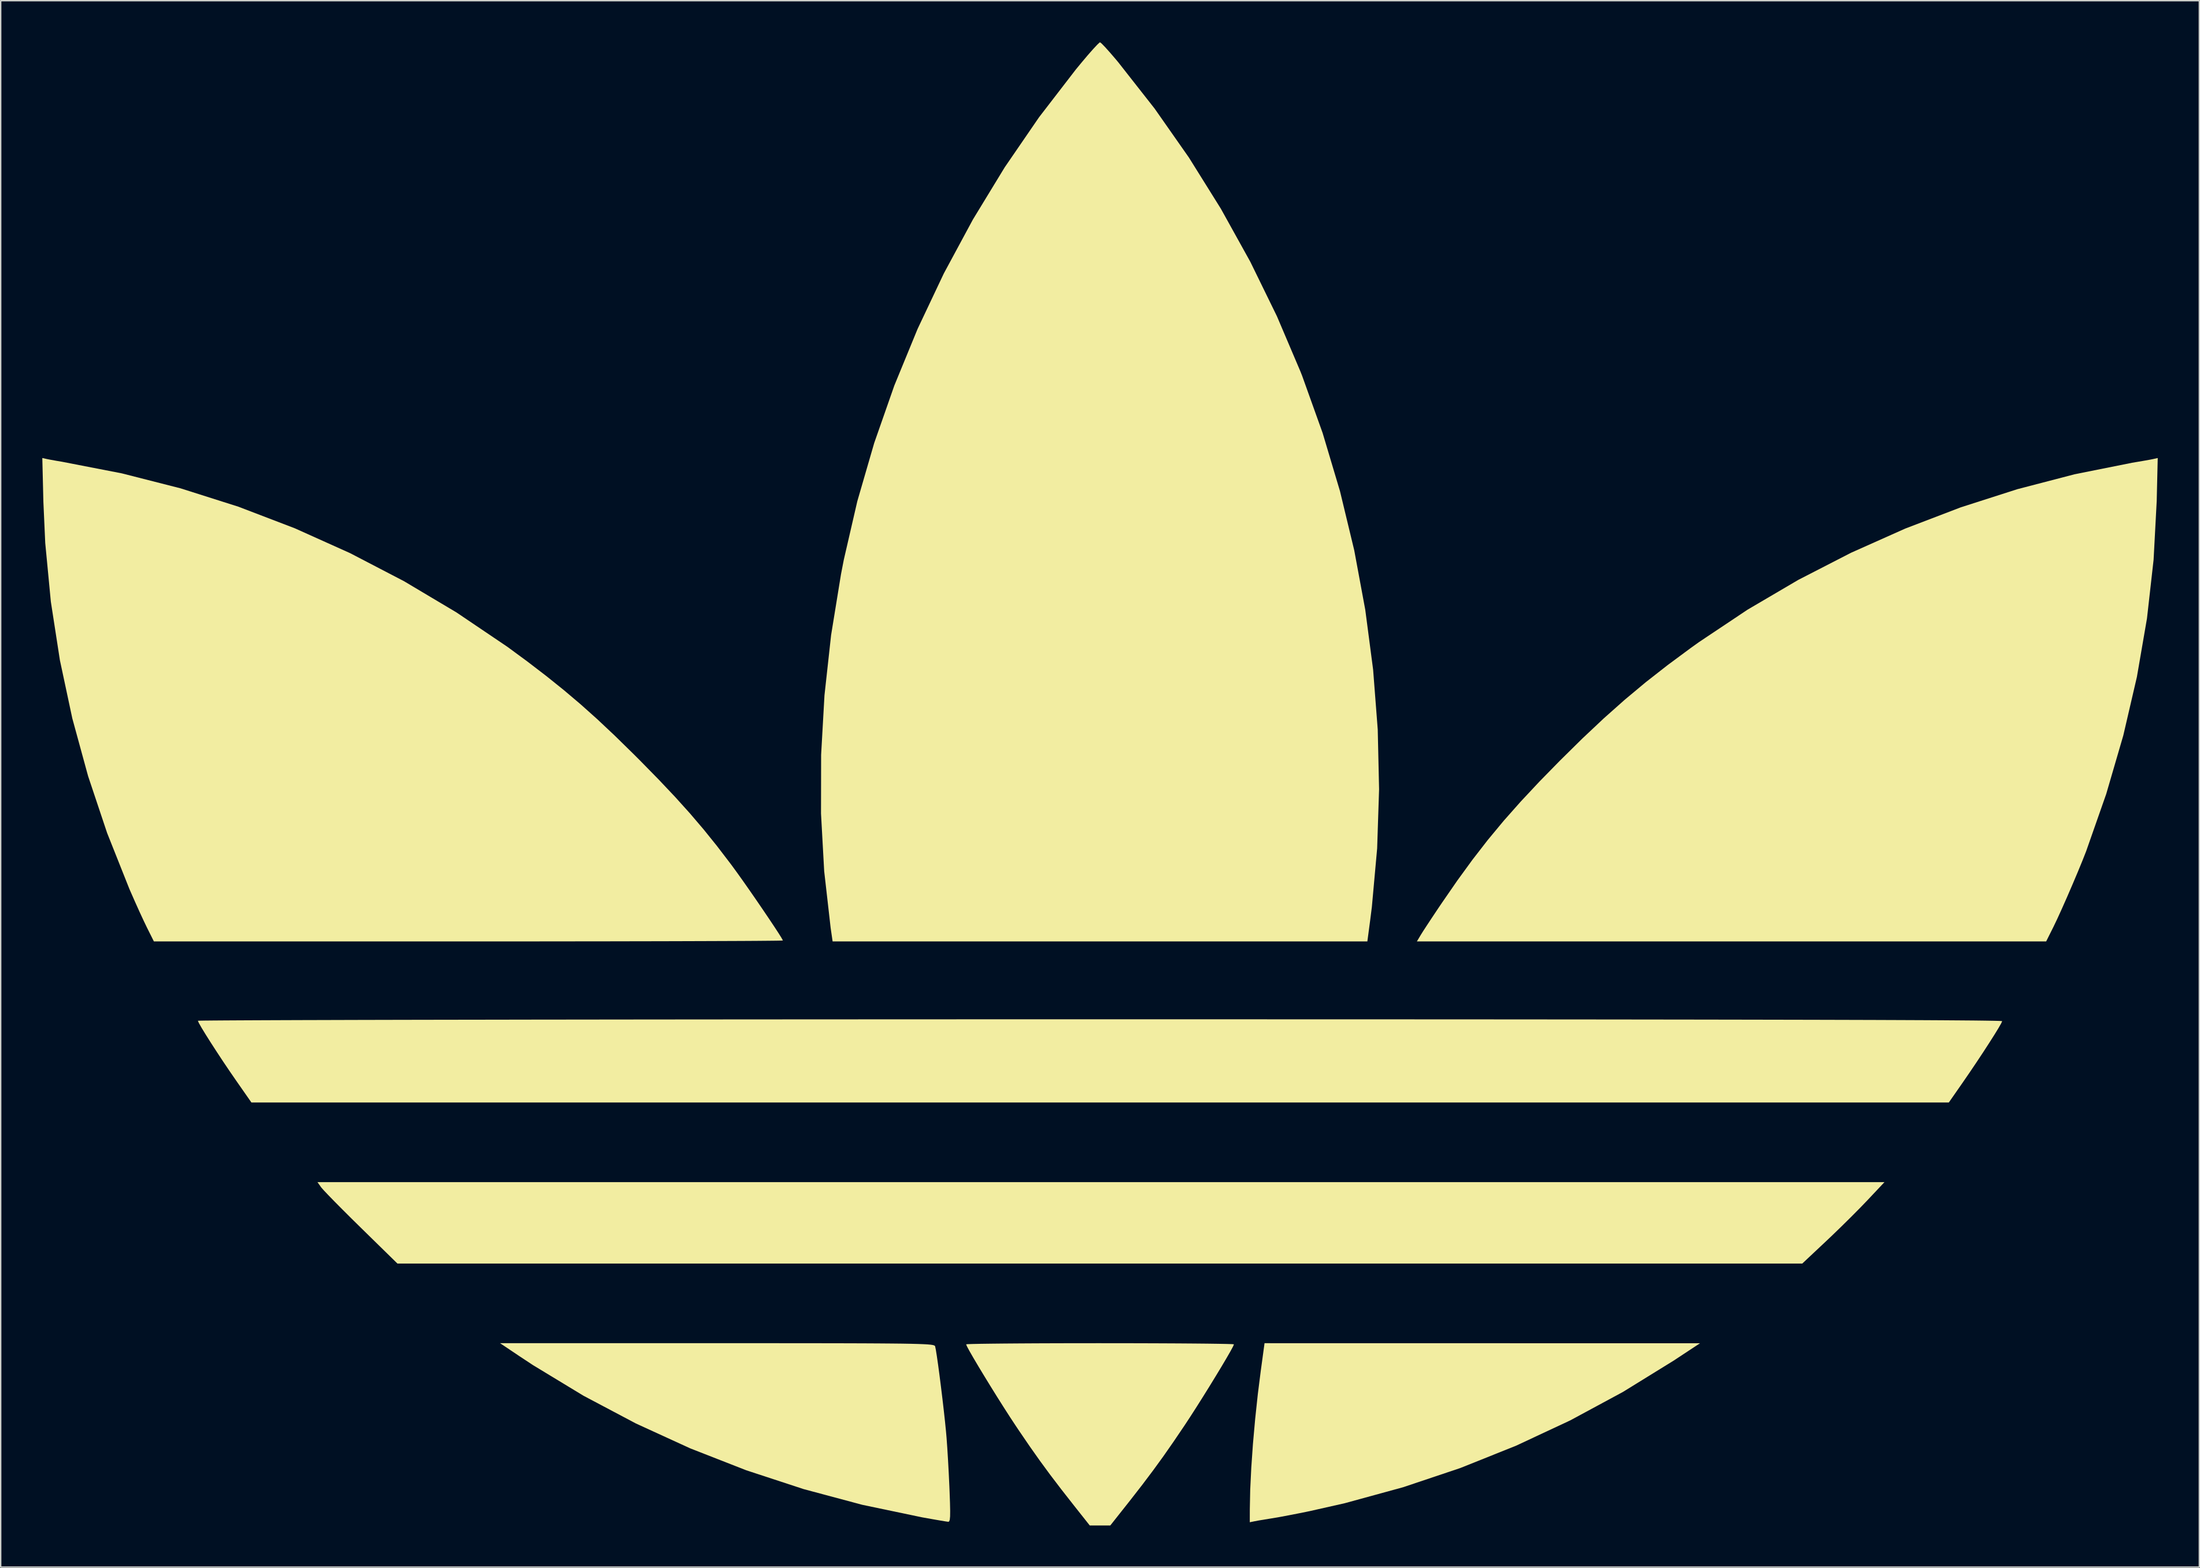
<source format=kicad_pcb>
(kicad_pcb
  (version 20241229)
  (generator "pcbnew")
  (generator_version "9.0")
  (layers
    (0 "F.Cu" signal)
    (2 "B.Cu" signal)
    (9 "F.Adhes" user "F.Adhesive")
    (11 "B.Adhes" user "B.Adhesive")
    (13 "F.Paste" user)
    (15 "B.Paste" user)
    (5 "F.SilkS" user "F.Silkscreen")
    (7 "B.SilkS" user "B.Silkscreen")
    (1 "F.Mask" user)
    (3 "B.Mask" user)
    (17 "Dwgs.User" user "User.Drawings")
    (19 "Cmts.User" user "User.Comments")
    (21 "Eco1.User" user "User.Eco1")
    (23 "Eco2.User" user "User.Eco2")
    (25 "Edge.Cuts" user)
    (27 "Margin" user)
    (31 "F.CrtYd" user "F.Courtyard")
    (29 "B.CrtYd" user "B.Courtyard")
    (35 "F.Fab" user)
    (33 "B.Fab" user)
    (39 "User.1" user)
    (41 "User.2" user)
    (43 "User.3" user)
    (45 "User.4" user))
  (footprint "Adidas_Logo_2"
    (layer "F.Cu")
    (at 76.238 53.48)
    (property "Reference" "Adidas_Logo_2" (at 0 0 0) (layer "F.SilkS") (effects (font (size 1.524 1.524) (thickness 0.3))))
    (attr board_only exclude_from_pos_files exclude_from_bom)
    (fp_poly (pts (xy 55.311 30.027) (xy 54.785 30.573) (xy 54.136 31.228) (xy 53.429 31.926) (xy 52.728 32.604) (xy 52.349 32.963) (xy 50.617 34.59) (xy -50.642 34.59) (xy -53.262 32.023) (xy -53.949 31.347) (xy -54.587 30.711) (xy -55.151 30.142) (xy -55.613 29.667) (xy -55.948 29.313) (xy -56.131 29.105) (xy -56.144 29.088) (xy -56.405 28.719) (xy 56.541 28.719)) (stroke (width 0) (type solid)) (fill yes) (layer "F.SilkS"))
    (fp_poly (pts (xy 43.243 40.339) (xy 41.339 41.595) (xy 37.688 43.85) (xy 33.898 45.897) (xy 29.982 47.729) (xy 25.957 49.34) (xy 21.837 50.723) (xy 17.637 51.874) (xy 15.108 52.445) (xy 14.365 52.596) (xy 13.627 52.74) (xy 12.968 52.864) (xy 12.465 52.951) (xy 12.377 52.965) (xy 11.875 53.046) (xy 11.427 53.121) (xy 11.144 53.174) (xy 10.795 53.245) (xy 10.797 52.31) (xy 10.825 50.909) (xy 10.902 49.318) (xy 11.022 47.596) (xy 11.182 45.802) (xy 11.375 43.995) (xy 11.584 42.344) (xy 11.858 40.334)) (stroke (width 0) (type solid)) (fill yes) (layer "F.SilkS"))
    (fp_poly (pts (xy 0.119 -53.387) (xy 0.367 -53.131) (xy 0.712 -52.747) (xy 1.123 -52.269) (xy 1.311 -52.044) (xy 3.934 -48.701) (xy 6.406 -45.17) (xy 8.71 -41.478) (xy 10.831 -37.654) (xy 12.75 -33.726) (xy 14.453 -29.722) (xy 14.571 -29.421) (xy 16.046 -25.302) (xy 17.297 -21.106) (xy 18.322 -16.851) (xy 19.118 -12.555) (xy 19.684 -8.238) (xy 20.017 -3.918) (xy 20.114 0.387) (xy 19.974 4.658) (xy 19.593 8.877) (xy 19.477 9.796) (xy 19.269 11.36) (xy -19.275 11.36) (xy -19.418 10.371) (xy -19.882 6.295) (xy -20.111 2.136) (xy -20.103 -2.095) (xy -19.861 -6.389) (xy -19.383 -10.734) (xy -18.67 -15.121) (xy -18.468 -16.163) (xy -17.494 -20.385) (xy -16.277 -24.581) (xy -14.825 -28.731) (xy -13.148 -32.815) (xy -11.258 -36.812) (xy -9.162 -40.701) (xy -6.871 -44.463) (xy -4.395 -48.075) (xy -1.744 -51.519) (xy -1.311 -52.044) (xy -0.882 -52.552) (xy -0.505 -52.98) (xy -0.211 -53.296) (xy -0.033 -53.463) (xy 0 -53.48)) (stroke (width 0) (type solid)) (fill yes) (layer "F.SilkS"))
    (fp_poly (pts (xy 76.164 -20.397) (xy 75.939 -16.164) (xy 75.463 -11.938) (xy 74.736 -7.716) (xy 73.756 -3.494) (xy 72.524 0.73) (xy 71.08 4.85) (xy 70.814 5.527) (xy 70.479 6.342) (xy 70.102 7.234) (xy 69.711 8.14) (xy 69.331 8.999) (xy 68.99 9.747) (xy 68.714 10.324) (xy 68.702 10.348) (xy 68.196 11.36) (xy 22.839 11.36) (xy 23.125 10.881) (xy 23.293 10.613) (xy 23.573 10.183) (xy 23.934 9.636) (xy 24.343 9.022) (xy 24.617 8.616) (xy 25.754 6.968) (xy 26.852 5.459) (xy 27.951 4.041) (xy 29.093 2.664) (xy 30.318 1.28) (xy 31.666 -0.161) (xy 33.139 -1.667) (xy 34.776 -3.282) (xy 36.318 -4.733) (xy 37.819 -6.067) (xy 39.332 -7.33) (xy 40.91 -8.565) (xy 42.605 -9.82) (xy 43.18 -10.231) (xy 46.678 -12.567) (xy 50.336 -14.715) (xy 54.131 -16.667) (xy 58.041 -18.413) (xy 62.044 -19.945) (xy 66.117 -21.252) (xy 70.238 -22.326) (xy 74.385 -23.158) (xy 74.803 -23.228) (xy 75.283 -23.31) (xy 75.701 -23.385) (xy 75.933 -23.432) (xy 76.237 -23.5)) (stroke (width 0) (type solid)) (fill yes) (layer "F.SilkS"))
    (fp_poly (pts (xy -25.277 40.334) (xy -23.197 40.334) (xy -21.345 40.336) (xy -19.707 40.337) (xy -18.27 40.34) (xy -17.021 40.344) (xy -15.946 40.35) (xy -15.034 40.357) (xy -14.269 40.365) (xy -13.64 40.376) (xy -13.133 40.389) (xy -12.735 40.404) (xy -12.432 40.421) (xy -12.211 40.441) (xy -12.06 40.464) (xy -11.964 40.49) (xy -11.912 40.52) (xy -11.888 40.552) (xy -11.887 40.557) (xy -11.835 40.805) (xy -11.762 41.262) (xy -11.672 41.886) (xy -11.572 42.633) (xy -11.467 43.459) (xy -11.362 44.319) (xy -11.263 45.171) (xy -11.175 45.97) (xy -11.104 46.674) (xy -11.061 47.162) (xy -11.009 47.896) (xy -10.954 48.789) (xy -10.902 49.748) (xy -10.858 50.678) (xy -10.844 51.023) (xy -10.815 51.836) (xy -10.802 52.426) (xy -10.807 52.826) (xy -10.831 53.069) (xy -10.875 53.187) (xy -10.935 53.213) (xy -11.12 53.187) (xy -11.504 53.124) (xy -12.034 53.032) (xy -12.659 52.921) (xy -12.827 52.891) (xy -17.137 51.988) (xy -21.366 50.855) (xy -25.503 49.497) (xy -29.535 47.919) (xy -33.448 46.126) (xy -37.231 44.123) (xy -40.869 41.916) (xy -41.845 41.272) (xy -43.242 40.334) (xy -27.598 40.334)) (stroke (width 0) (type solid)) (fill yes) (layer "F.SilkS"))
    (fp_poly (pts (xy 1.541 40.335) (xy 3.006 40.338) (xy 4.375 40.343) (xy 5.629 40.349) (xy 6.749 40.357) (xy 7.715 40.366) (xy 8.508 40.377) (xy 9.108 40.388) (xy 9.495 40.4) (xy 9.65 40.413) (xy 9.652 40.415) (xy 9.587 40.572) (xy 9.404 40.912) (xy 9.123 41.401) (xy 8.765 42.006) (xy 8.348 42.696) (xy 7.894 43.437) (xy 7.421 44.197) (xy 6.951 44.942) (xy 6.501 45.642) (xy 6.094 46.262) (xy 6.089 46.269) (xy 5.299 47.437) (xy 4.565 48.49) (xy 3.834 49.497) (xy 3.055 50.532) (xy 2.175 51.664) (xy 1.875 52.044) (xy 0.739 53.48) (xy -0.739 53.48) (xy -1.875 52.044) (xy -2.796 50.868) (xy -3.601 49.811) (xy -4.341 48.802) (xy -5.069 47.771) (xy -5.836 46.647) (xy -6.089 46.269) (xy -6.496 45.65) (xy -6.945 44.951) (xy -7.416 44.206) (xy -7.888 43.446) (xy -8.343 42.704) (xy -8.76 42.014) (xy -9.119 41.407) (xy -9.401 40.917) (xy -9.585 40.575) (xy -9.652 40.416) (xy -9.652 40.415) (xy -9.528 40.402) (xy -9.17 40.39) (xy -8.597 40.378) (xy -7.828 40.368) (xy -6.883 40.358) (xy -5.782 40.35) (xy -4.544 40.343) (xy -3.188 40.338) (xy -1.735 40.335) (xy -0.203 40.334) (xy 0 40.334)) (stroke (width 0) (type solid)) (fill yes) (layer "F.SilkS"))
    (fp_poly (pts (xy -75.933 -23.432) (xy -75.649 -23.376) (xy -75.215 -23.298) (xy -74.803 -23.228) (xy -70.505 -22.393) (xy -66.272 -21.313) (xy -62.113 -19.992) (xy -58.037 -18.432) (xy -54.051 -16.639) (xy -50.164 -14.615) (xy -46.385 -12.364) (xy -42.723 -9.89) (xy -41.297 -8.842) (xy -39.919 -7.785) (xy -38.65 -6.766) (xy -37.438 -5.739) (xy -36.234 -4.662) (xy -34.988 -3.49) (xy -33.65 -2.179) (xy -33.139 -1.669) (xy -31.805 -0.307) (xy -30.626 0.941) (xy -29.563 2.121) (xy -28.575 3.28) (xy -27.62 4.465) (xy -26.659 5.722) (xy -26.505 5.928) (xy -26.144 6.424) (xy -25.721 7.017) (xy -25.26 7.675) (xy -24.784 8.363) (xy -24.315 9.049) (xy -23.875 9.7) (xy -23.487 10.281) (xy -23.174 10.761) (xy -22.959 11.105) (xy -22.863 11.281) (xy -22.86 11.293) (xy -22.985 11.3) (xy -23.351 11.307) (xy -23.946 11.313) (xy -24.756 11.32) (xy -25.77 11.326) (xy -26.974 11.331) (xy -28.355 11.336) (xy -29.902 11.341) (xy -31.601 11.346) (xy -33.439 11.349) (xy -35.404 11.353) (xy -37.483 11.355) (xy -39.663 11.358) (xy -41.932 11.359) (xy -44.276 11.36) (xy -45.528 11.36) (xy -68.196 11.36) (xy -68.691 10.371) (xy -68.926 9.882) (xy -69.226 9.235) (xy -69.555 8.504) (xy -69.88 7.765) (xy -69.96 7.582) (xy -71.566 3.543) (xy -72.939 -0.564) (xy -74.076 -4.724) (xy -74.971 -8.922) (xy -75.623 -13.142) (xy -76.027 -17.369) (xy -76.161 -20.334) (xy -76.238 -23.5)) (stroke (width 0) (type solid)) (fill yes) (layer "F.SilkS"))
    (fp_poly (pts (xy 5.409 16.976) (xy 10.567 16.977) (xy 15.475 16.978) (xy 20.137 16.979) (xy 24.553 16.981) (xy 28.727 16.983) (xy 32.66 16.986) (xy 36.356 16.989) (xy 39.816 16.993) (xy 43.043 16.997) (xy 46.038 17.002) (xy 48.805 17.007) (xy 51.345 17.012) (xy 53.662 17.018) (xy 55.756 17.024) (xy 57.631 17.031) (xy 59.288 17.038) (xy 60.73 17.046) (xy 61.96 17.055) (xy 62.979 17.063) (xy 63.791 17.073) (xy 64.396 17.083) (xy 64.798 17.093) (xy 64.998 17.104) (xy 65.024 17.11) (xy 64.955 17.269) (xy 64.762 17.606) (xy 64.466 18.089) (xy 64.087 18.686) (xy 63.646 19.366) (xy 63.163 20.095) (xy 62.659 20.842) (xy 62.155 21.575) (xy 62.136 21.603) (xy 61.18 22.975) (xy -61.167 22.975) (xy -62.258 21.411) (xy -62.729 20.727) (xy -63.208 20.016) (xy -63.672 19.311) (xy -64.101 18.648) (xy -64.472 18.06) (xy -64.764 17.581) (xy -64.955 17.244) (xy -65.024 17.083) (xy -65.024 17.083) (xy -64.898 17.076) (xy -64.526 17.069) (xy -63.915 17.063) (xy -63.072 17.057) (xy -62.006 17.051) (xy -60.723 17.045) (xy -59.231 17.039) (xy -57.537 17.033) (xy -55.65 17.028) (xy -53.576 17.022) (xy -51.324 17.017) (xy -48.9 17.012) (xy -46.312 17.008) (xy -43.569 17.004) (xy -40.676 16.999) (xy -37.642 16.996) (xy -34.474 16.992) (xy -31.18 16.989) (xy -27.767 16.986) (xy -24.243 16.984) (xy -20.615 16.981) (xy -16.891 16.98) (xy -13.079 16.978) (xy -9.185 16.977) (xy -5.217 16.976) (xy -1.184 16.976) (xy 0 16.976)) (stroke (width 0) (type solid)) (fill yes) (layer "F.SilkS")))
  (gr_rect
    (start -3 -3)
    (end 155.475 109.961)
    (stroke (width 0.1) (type default))
    (fill no)
    (layer "Edge.Cuts")))
</source>
